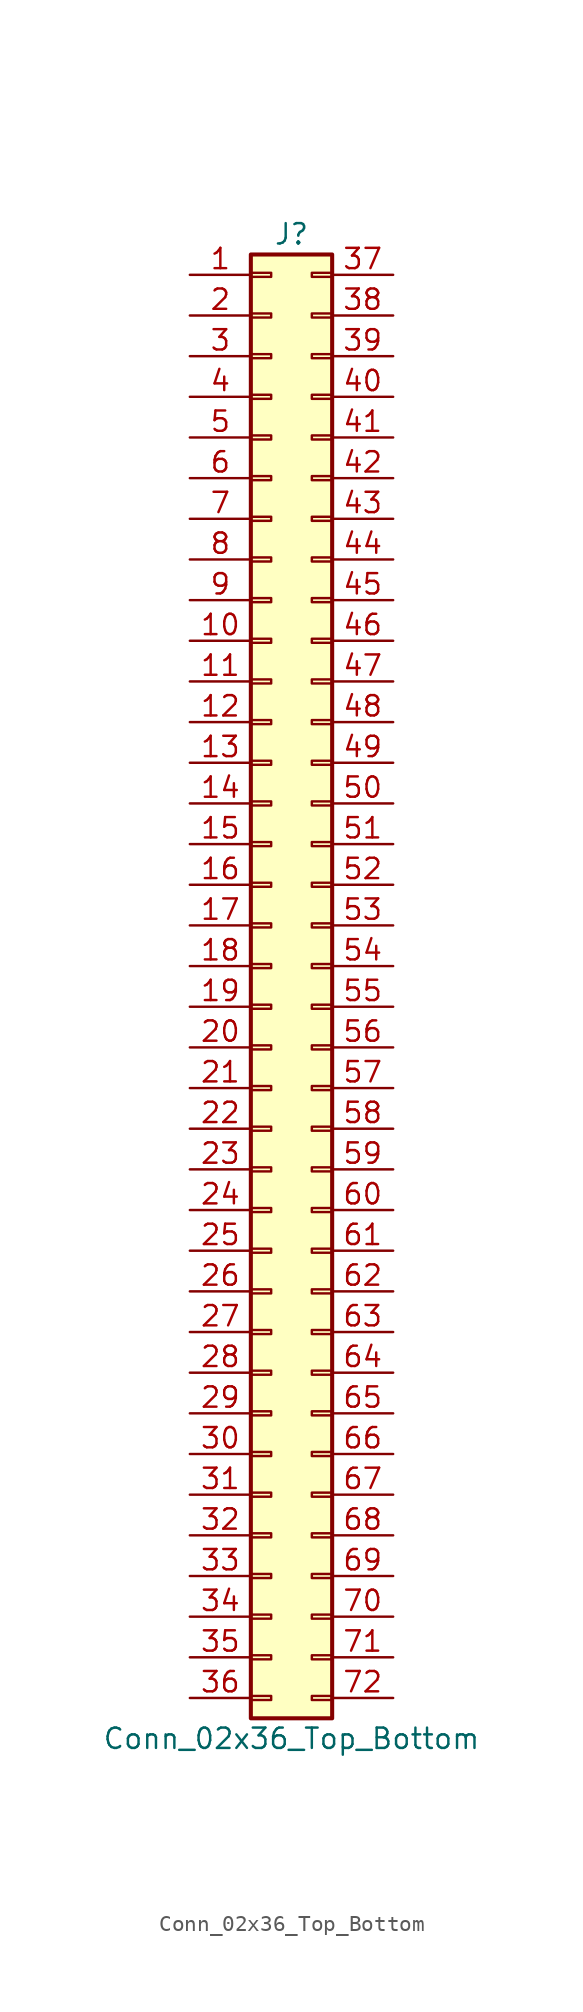
<source format=kicad_sym>
(kicad_symbol_lib
  (version 20211014)
  (generator kicad_symbol_editor)
  (symbol "Conn_02x36_Top_Bottom"
    (pin_names
      (offset 1.016) hide)
    (property "Reference" "J"
      (at 1.27 45.72 0)
      (effects (font (size 1.27 1.27))))
    (property "Value" "Conn_02x36_Top_Bottom"
      (at 1.27 -48.26 0)
      (effects (font (size 1.27 1.27))))
    (symbol "Conn_02x36_Top_Bottom_1_1"
      (rectangle (start -1.27 -45.593) (end 0 -45.847) (stroke (width 0.152) (type default) (color 0 0 0 0)) (fill (type none)))
      (rectangle (start -1.27 -43.053) (end 0 -43.307) (stroke (width 0.152) (type default) (color 0 0 0 0)) (fill (type none)))
      (rectangle (start -1.27 -40.513) (end 0 -40.767) (stroke (width 0.152) (type default) (color 0 0 0 0)) (fill (type none)))
      (rectangle (start -1.27 -37.973) (end 0 -38.227) (stroke (width 0.152) (type default) (color 0 0 0 0)) (fill (type none)))
      (rectangle (start -1.27 -35.433) (end 0 -35.687) (stroke (width 0.152) (type default) (color 0 0 0 0)) (fill (type none)))
      (rectangle (start -1.27 -32.893) (end 0 -33.147) (stroke (width 0.152) (type default) (color 0 0 0 0)) (fill (type none)))
      (rectangle (start -1.27 -30.353) (end 0 -30.607) (stroke (width 0.152) (type default) (color 0 0 0 0)) (fill (type none)))
      (rectangle (start -1.27 -27.813) (end 0 -28.067) (stroke (width 0.152) (type default) (color 0 0 0 0)) (fill (type none)))
      (rectangle (start -1.27 -25.273) (end 0 -25.527) (stroke (width 0.152) (type default) (color 0 0 0 0)) (fill (type none)))
      (rectangle (start -1.27 -22.733) (end 0 -22.987) (stroke (width 0.152) (type default) (color 0 0 0 0)) (fill (type none)))
      (rectangle (start -1.27 -20.193) (end 0 -20.447) (stroke (width 0.152) (type default) (color 0 0 0 0)) (fill (type none)))
      (rectangle (start -1.27 -17.653) (end 0 -17.907) (stroke (width 0.152) (type default) (color 0 0 0 0)) (fill (type none)))
      (rectangle (start -1.27 -15.113) (end 0 -15.367) (stroke (width 0.152) (type default) (color 0 0 0 0)) (fill (type none)))
      (rectangle (start -1.27 -12.573) (end 0 -12.827) (stroke (width 0.152) (type default) (color 0 0 0 0)) (fill (type none)))
      (rectangle (start -1.27 -10.033) (end 0 -10.287) (stroke (width 0.152) (type default) (color 0 0 0 0)) (fill (type none)))
      (rectangle (start -1.27 -7.493) (end 0 -7.747) (stroke (width 0.152) (type default) (color 0 0 0 0)) (fill (type none)))
      (rectangle (start -1.27 -4.953) (end 0 -5.207) (stroke (width 0.152) (type default) (color 0 0 0 0)) (fill (type none)))
      (rectangle (start -1.27 -2.413) (end 0 -2.667) (stroke (width 0.152) (type default) (color 0 0 0 0)) (fill (type none)))
      (rectangle (start -1.27 0.127) (end 0 -0.127) (stroke (width 0.152) (type default) (color 0 0 0 0)) (fill (type none)))
      (rectangle (start -1.27 2.667) (end 0 2.413) (stroke (width 0.152) (type default) (color 0 0 0 0)) (fill (type none)))
      (rectangle (start -1.27 5.207) (end 0 4.953) (stroke (width 0.152) (type default) (color 0 0 0 0)) (fill (type none)))
      (rectangle (start -1.27 7.747) (end 0 7.493) (stroke (width 0.152) (type default) (color 0 0 0 0)) (fill (type none)))
      (rectangle (start -1.27 10.287) (end 0 10.033) (stroke (width 0.152) (type default) (color 0 0 0 0)) (fill (type none)))
      (rectangle (start -1.27 12.827) (end 0 12.573) (stroke (width 0.152) (type default) (color 0 0 0 0)) (fill (type none)))
      (rectangle (start -1.27 15.367) (end 0 15.113) (stroke (width 0.152) (type default) (color 0 0 0 0)) (fill (type none)))
      (rectangle (start -1.27 17.907) (end 0 17.653) (stroke (width 0.152) (type default) (color 0 0 0 0)) (fill (type none)))
      (rectangle (start -1.27 20.447) (end 0 20.193) (stroke (width 0.152) (type default) (color 0 0 0 0)) (fill (type none)))
      (rectangle (start -1.27 22.987) (end 0 22.733) (stroke (width 0.152) (type default) (color 0 0 0 0)) (fill (type none)))
      (rectangle (start -1.27 25.527) (end 0 25.273) (stroke (width 0.152) (type default) (color 0 0 0 0)) (fill (type none)))
      (rectangle (start -1.27 28.067) (end 0 27.813) (stroke (width 0.152) (type default) (color 0 0 0 0)) (fill (type none)))
      (rectangle (start -1.27 30.607) (end 0 30.353) (stroke (width 0.152) (type default) (color 0 0 0 0)) (fill (type none)))
      (rectangle (start -1.27 33.147) (end 0 32.893) (stroke (width 0.152) (type default) (color 0 0 0 0)) (fill (type none)))
      (rectangle (start -1.27 35.687) (end 0 35.433) (stroke (width 0.152) (type default) (color 0 0 0 0)) (fill (type none)))
      (rectangle (start -1.27 38.227) (end 0 37.973) (stroke (width 0.152) (type default) (color 0 0 0 0)) (fill (type none)))
      (rectangle (start -1.27 40.767) (end 0 40.513) (stroke (width 0.152) (type default) (color 0 0 0 0)) (fill (type none)))
      (rectangle (start -1.27 43.307) (end 0 43.053) (stroke (width 0.152) (type default) (color 0 0 0 0)) (fill (type none)))
      (rectangle (start -1.27 44.45) (end 3.81 -46.99) (stroke (width 0.254) (type default) (color 0 0 0 0)) (fill (type background)))
      (rectangle (start 3.81 -45.593) (end 2.54 -45.847) (stroke (width 0.152) (type default) (color 0 0 0 0)) (fill (type none)))
      (rectangle (start 3.81 -43.053) (end 2.54 -43.307) (stroke (width 0.152) (type default) (color 0 0 0 0)) (fill (type none)))
      (rectangle (start 3.81 -40.513) (end 2.54 -40.767) (stroke (width 0.152) (type default) (color 0 0 0 0)) (fill (type none)))
      (rectangle (start 3.81 -37.973) (end 2.54 -38.227) (stroke (width 0.152) (type default) (color 0 0 0 0)) (fill (type none)))
      (rectangle (start 3.81 -35.433) (end 2.54 -35.687) (stroke (width 0.152) (type default) (color 0 0 0 0)) (fill (type none)))
      (rectangle (start 3.81 -32.893) (end 2.54 -33.147) (stroke (width 0.152) (type default) (color 0 0 0 0)) (fill (type none)))
      (rectangle (start 3.81 -30.353) (end 2.54 -30.607) (stroke (width 0.152) (type default) (color 0 0 0 0)) (fill (type none)))
      (rectangle (start 3.81 -27.813) (end 2.54 -28.067) (stroke (width 0.152) (type default) (color 0 0 0 0)) (fill (type none)))
      (rectangle (start 3.81 -25.273) (end 2.54 -25.527) (stroke (width 0.152) (type default) (color 0 0 0 0)) (fill (type none)))
      (rectangle (start 3.81 -22.733) (end 2.54 -22.987) (stroke (width 0.152) (type default) (color 0 0 0 0)) (fill (type none)))
      (rectangle (start 3.81 -20.193) (end 2.54 -20.447) (stroke (width 0.152) (type default) (color 0 0 0 0)) (fill (type none)))
      (rectangle (start 3.81 -17.653) (end 2.54 -17.907) (stroke (width 0.152) (type default) (color 0 0 0 0)) (fill (type none)))
      (rectangle (start 3.81 -15.113) (end 2.54 -15.367) (stroke (width 0.152) (type default) (color 0 0 0 0)) (fill (type none)))
      (rectangle (start 3.81 -12.573) (end 2.54 -12.827) (stroke (width 0.152) (type default) (color 0 0 0 0)) (fill (type none)))
      (rectangle (start 3.81 -10.033) (end 2.54 -10.287) (stroke (width 0.152) (type default) (color 0 0 0 0)) (fill (type none)))
      (rectangle (start 3.81 -7.493) (end 2.54 -7.747) (stroke (width 0.152) (type default) (color 0 0 0 0)) (fill (type none)))
      (rectangle (start 3.81 -4.953) (end 2.54 -5.207) (stroke (width 0.152) (type default) (color 0 0 0 0)) (fill (type none)))
      (rectangle (start 3.81 -2.413) (end 2.54 -2.667) (stroke (width 0.152) (type default) (color 0 0 0 0)) (fill (type none)))
      (rectangle (start 3.81 0.127) (end 2.54 -0.127) (stroke (width 0.152) (type default) (color 0 0 0 0)) (fill (type none)))
      (rectangle (start 3.81 2.667) (end 2.54 2.413) (stroke (width 0.152) (type default) (color 0 0 0 0)) (fill (type none)))
      (rectangle (start 3.81 5.207) (end 2.54 4.953) (stroke (width 0.152) (type default) (color 0 0 0 0)) (fill (type none)))
      (rectangle (start 3.81 7.747) (end 2.54 7.493) (stroke (width 0.152) (type default) (color 0 0 0 0)) (fill (type none)))
      (rectangle (start 3.81 10.287) (end 2.54 10.033) (stroke (width 0.152) (type default) (color 0 0 0 0)) (fill (type none)))
      (rectangle (start 3.81 12.827) (end 2.54 12.573) (stroke (width 0.152) (type default) (color 0 0 0 0)) (fill (type none)))
      (rectangle (start 3.81 15.367) (end 2.54 15.113) (stroke (width 0.152) (type default) (color 0 0 0 0)) (fill (type none)))
      (rectangle (start 3.81 17.907) (end 2.54 17.653) (stroke (width 0.152) (type default) (color 0 0 0 0)) (fill (type none)))
      (rectangle (start 3.81 20.447) (end 2.54 20.193) (stroke (width 0.152) (type default) (color 0 0 0 0)) (fill (type none)))
      (rectangle (start 3.81 22.987) (end 2.54 22.733) (stroke (width 0.152) (type default) (color 0 0 0 0)) (fill (type none)))
      (rectangle (start 3.81 25.527) (end 2.54 25.273) (stroke (width 0.152) (type default) (color 0 0 0 0)) (fill (type none)))
      (rectangle (start 3.81 28.067) (end 2.54 27.813) (stroke (width 0.152) (type default) (color 0 0 0 0)) (fill (type none)))
      (rectangle (start 3.81 30.607) (end 2.54 30.353) (stroke (width 0.152) (type default) (color 0 0 0 0)) (fill (type none)))
      (rectangle (start 3.81 33.147) (end 2.54 32.893) (stroke (width 0.152) (type default) (color 0 0 0 0)) (fill (type none)))
      (rectangle (start 3.81 35.687) (end 2.54 35.433) (stroke (width 0.152) (type default) (color 0 0 0 0)) (fill (type none)))
      (rectangle (start 3.81 38.227) (end 2.54 37.973) (stroke (width 0.152) (type default) (color 0 0 0 0)) (fill (type none)))
      (rectangle (start 3.81 40.767) (end 2.54 40.513) (stroke (width 0.152) (type default) (color 0 0 0 0)) (fill (type none)))
      (rectangle (start 3.81 43.307) (end 2.54 43.053) (stroke (width 0.152) (type default) (color 0 0 0 0)) (fill (type none)))
      (pin passive line (at -5.08 43.18 0) (length 3.81) (name "Pin_1" (effects (font (size 1.27 1.27)))) (number "1" (effects (font (size 1.27 1.27)))))
      (pin passive line (at -5.08 20.32 0) (length 3.81) (name "Pin_10" (effects (font (size 1.27 1.27)))) (number "10" (effects (font (size 1.27 1.27)))))
      (pin passive line (at -5.08 17.78 0) (length 3.81) (name "Pin_11" (effects (font (size 1.27 1.27)))) (number "11" (effects (font (size 1.27 1.27)))))
      (pin passive line (at -5.08 15.24 0) (length 3.81) (name "Pin_12" (effects (font (size 1.27 1.27)))) (number "12" (effects (font (size 1.27 1.27)))))
      (pin passive line (at -5.08 12.7 0) (length 3.81) (name "Pin_13" (effects (font (size 1.27 1.27)))) (number "13" (effects (font (size 1.27 1.27)))))
      (pin passive line (at -5.08 10.16 0) (length 3.81) (name "Pin_14" (effects (font (size 1.27 1.27)))) (number "14" (effects (font (size 1.27 1.27)))))
      (pin passive line (at -5.08 7.62 0) (length 3.81) (name "Pin_15" (effects (font (size 1.27 1.27)))) (number "15" (effects (font (size 1.27 1.27)))))
      (pin passive line (at -5.08 5.08 0) (length 3.81) (name "Pin_16" (effects (font (size 1.27 1.27)))) (number "16" (effects (font (size 1.27 1.27)))))
      (pin passive line (at -5.08 2.54 0) (length 3.81) (name "Pin_17" (effects (font (size 1.27 1.27)))) (number "17" (effects (font (size 1.27 1.27)))))
      (pin passive line (at -5.08 0 0) (length 3.81) (name "Pin_18" (effects (font (size 1.27 1.27)))) (number "18" (effects (font (size 1.27 1.27)))))
      (pin passive line (at -5.08 -2.54 0) (length 3.81) (name "Pin_19" (effects (font (size 1.27 1.27)))) (number "19" (effects (font (size 1.27 1.27)))))
      (pin passive line (at -5.08 40.64 0) (length 3.81) (name "Pin_2" (effects (font (size 1.27 1.27)))) (number "2" (effects (font (size 1.27 1.27)))))
      (pin passive line (at -5.08 -5.08 0) (length 3.81) (name "Pin_20" (effects (font (size 1.27 1.27)))) (number "20" (effects (font (size 1.27 1.27)))))
      (pin passive line (at -5.08 -7.62 0) (length 3.81) (name "Pin_21" (effects (font (size 1.27 1.27)))) (number "21" (effects (font (size 1.27 1.27)))))
      (pin passive line (at -5.08 -10.16 0) (length 3.81) (name "Pin_22" (effects (font (size 1.27 1.27)))) (number "22" (effects (font (size 1.27 1.27)))))
      (pin passive line (at -5.08 -12.7 0) (length 3.81) (name "Pin_23" (effects (font (size 1.27 1.27)))) (number "23" (effects (font (size 1.27 1.27)))))
      (pin passive line (at -5.08 -15.24 0) (length 3.81) (name "Pin_24" (effects (font (size 1.27 1.27)))) (number "24" (effects (font (size 1.27 1.27)))))
      (pin passive line (at -5.08 -17.78 0) (length 3.81) (name "Pin_25" (effects (font (size 1.27 1.27)))) (number "25" (effects (font (size 1.27 1.27)))))
      (pin passive line (at -5.08 -20.32 0) (length 3.81) (name "Pin_26" (effects (font (size 1.27 1.27)))) (number "26" (effects (font (size 1.27 1.27)))))
      (pin passive line (at -5.08 -22.86 0) (length 3.81) (name "Pin_27" (effects (font (size 1.27 1.27)))) (number "27" (effects (font (size 1.27 1.27)))))
      (pin passive line (at -5.08 -25.4 0) (length 3.81) (name "Pin_28" (effects (font (size 1.27 1.27)))) (number "28" (effects (font (size 1.27 1.27)))))
      (pin passive line (at -5.08 -27.94 0) (length 3.81) (name "Pin_29" (effects (font (size 1.27 1.27)))) (number "29" (effects (font (size 1.27 1.27)))))
      (pin passive line (at -5.08 38.1 0) (length 3.81) (name "Pin_3" (effects (font (size 1.27 1.27)))) (number "3" (effects (font (size 1.27 1.27)))))
      (pin passive line (at -5.08 -30.48 0) (length 3.81) (name "Pin_30" (effects (font (size 1.27 1.27)))) (number "30" (effects (font (size 1.27 1.27)))))
      (pin passive line (at -5.08 -33.02 0) (length 3.81) (name "Pin_31" (effects (font (size 1.27 1.27)))) (number "31" (effects (font (size 1.27 1.27)))))
      (pin passive line (at -5.08 -35.56 0) (length 3.81) (name "Pin_32" (effects (font (size 1.27 1.27)))) (number "32" (effects (font (size 1.27 1.27)))))
      (pin passive line (at -5.08 -38.1 0) (length 3.81) (name "Pin_33" (effects (font (size 1.27 1.27)))) (number "33" (effects (font (size 1.27 1.27)))))
      (pin passive line (at -5.08 -40.64 0) (length 3.81) (name "Pin_34" (effects (font (size 1.27 1.27)))) (number "34" (effects (font (size 1.27 1.27)))))
      (pin passive line (at -5.08 -43.18 0) (length 3.81) (name "Pin_35" (effects (font (size 1.27 1.27)))) (number "35" (effects (font (size 1.27 1.27)))))
      (pin passive line (at -5.08 -45.72 0) (length 3.81) (name "Pin_36" (effects (font (size 1.27 1.27)))) (number "36" (effects (font (size 1.27 1.27)))))
      (pin passive line (at 7.62 43.18 180) (length 3.81) (name "Pin_37" (effects (font (size 1.27 1.27)))) (number "37" (effects (font (size 1.27 1.27)))))
      (pin passive line (at 7.62 40.64 180) (length 3.81) (name "Pin_38" (effects (font (size 1.27 1.27)))) (number "38" (effects (font (size 1.27 1.27)))))
      (pin passive line (at 7.62 38.1 180) (length 3.81) (name "Pin_39" (effects (font (size 1.27 1.27)))) (number "39" (effects (font (size 1.27 1.27)))))
      (pin passive line (at -5.08 35.56 0) (length 3.81) (name "Pin_4" (effects (font (size 1.27 1.27)))) (number "4" (effects (font (size 1.27 1.27)))))
      (pin passive line (at 7.62 35.56 180) (length 3.81) (name "Pin_40" (effects (font (size 1.27 1.27)))) (number "40" (effects (font (size 1.27 1.27)))))
      (pin passive line (at 7.62 33.02 180) (length 3.81) (name "Pin_41" (effects (font (size 1.27 1.27)))) (number "41" (effects (font (size 1.27 1.27)))))
      (pin passive line (at 7.62 30.48 180) (length 3.81) (name "Pin_42" (effects (font (size 1.27 1.27)))) (number "42" (effects (font (size 1.27 1.27)))))
      (pin passive line (at 7.62 27.94 180) (length 3.81) (name "Pin_43" (effects (font (size 1.27 1.27)))) (number "43" (effects (font (size 1.27 1.27)))))
      (pin passive line (at 7.62 25.4 180) (length 3.81) (name "Pin_44" (effects (font (size 1.27 1.27)))) (number "44" (effects (font (size 1.27 1.27)))))
      (pin passive line (at 7.62 22.86 180) (length 3.81) (name "Pin_45" (effects (font (size 1.27 1.27)))) (number "45" (effects (font (size 1.27 1.27)))))
      (pin passive line (at 7.62 20.32 180) (length 3.81) (name "Pin_46" (effects (font (size 1.27 1.27)))) (number "46" (effects (font (size 1.27 1.27)))))
      (pin passive line (at 7.62 17.78 180) (length 3.81) (name "Pin_47" (effects (font (size 1.27 1.27)))) (number "47" (effects (font (size 1.27 1.27)))))
      (pin passive line (at 7.62 15.24 180) (length 3.81) (name "Pin_48" (effects (font (size 1.27 1.27)))) (number "48" (effects (font (size 1.27 1.27)))))
      (pin passive line (at 7.62 12.7 180) (length 3.81) (name "Pin_49" (effects (font (size 1.27 1.27)))) (number "49" (effects (font (size 1.27 1.27)))))
      (pin passive line (at -5.08 33.02 0) (length 3.81) (name "Pin_5" (effects (font (size 1.27 1.27)))) (number "5" (effects (font (size 1.27 1.27)))))
      (pin passive line (at 7.62 10.16 180) (length 3.81) (name "Pin_50" (effects (font (size 1.27 1.27)))) (number "50" (effects (font (size 1.27 1.27)))))
      (pin passive line (at 7.62 7.62 180) (length 3.81) (name "Pin_51" (effects (font (size 1.27 1.27)))) (number "51" (effects (font (size 1.27 1.27)))))
      (pin passive line (at 7.62 5.08 180) (length 3.81) (name "Pin_52" (effects (font (size 1.27 1.27)))) (number "52" (effects (font (size 1.27 1.27)))))
      (pin passive line (at 7.62 2.54 180) (length 3.81) (name "Pin_53" (effects (font (size 1.27 1.27)))) (number "53" (effects (font (size 1.27 1.27)))))
      (pin passive line (at 7.62 0 180) (length 3.81) (name "Pin_54" (effects (font (size 1.27 1.27)))) (number "54" (effects (font (size 1.27 1.27)))))
      (pin passive line (at 7.62 -2.54 180) (length 3.81) (name "Pin_55" (effects (font (size 1.27 1.27)))) (number "55" (effects (font (size 1.27 1.27)))))
      (pin passive line (at 7.62 -5.08 180) (length 3.81) (name "Pin_56" (effects (font (size 1.27 1.27)))) (number "56" (effects (font (size 1.27 1.27)))))
      (pin passive line (at 7.62 -7.62 180) (length 3.81) (name "Pin_57" (effects (font (size 1.27 1.27)))) (number "57" (effects (font (size 1.27 1.27)))))
      (pin passive line (at 7.62 -10.16 180) (length 3.81) (name "Pin_58" (effects (font (size 1.27 1.27)))) (number "58" (effects (font (size 1.27 1.27)))))
      (pin passive line (at 7.62 -12.7 180) (length 3.81) (name "Pin_59" (effects (font (size 1.27 1.27)))) (number "59" (effects (font (size 1.27 1.27)))))
      (pin passive line (at -5.08 30.48 0) (length 3.81) (name "Pin_6" (effects (font (size 1.27 1.27)))) (number "6" (effects (font (size 1.27 1.27)))))
      (pin passive line (at 7.62 -15.24 180) (length 3.81) (name "Pin_60" (effects (font (size 1.27 1.27)))) (number "60" (effects (font (size 1.27 1.27)))))
      (pin passive line (at 7.62 -17.78 180) (length 3.81) (name "Pin_61" (effects (font (size 1.27 1.27)))) (number "61" (effects (font (size 1.27 1.27)))))
      (pin passive line (at 7.62 -20.32 180) (length 3.81) (name "Pin_62" (effects (font (size 1.27 1.27)))) (number "62" (effects (font (size 1.27 1.27)))))
      (pin passive line (at 7.62 -22.86 180) (length 3.81) (name "Pin_63" (effects (font (size 1.27 1.27)))) (number "63" (effects (font (size 1.27 1.27)))))
      (pin passive line (at 7.62 -25.4 180) (length 3.81) (name "Pin_64" (effects (font (size 1.27 1.27)))) (number "64" (effects (font (size 1.27 1.27)))))
      (pin passive line (at 7.62 -27.94 180) (length 3.81) (name "Pin_65" (effects (font (size 1.27 1.27)))) (number "65" (effects (font (size 1.27 1.27)))))
      (pin passive line (at 7.62 -30.48 180) (length 3.81) (name "Pin_66" (effects (font (size 1.27 1.27)))) (number "66" (effects (font (size 1.27 1.27)))))
      (pin passive line (at 7.62 -33.02 180) (length 3.81) (name "Pin_67" (effects (font (size 1.27 1.27)))) (number "67" (effects (font (size 1.27 1.27)))))
      (pin passive line (at 7.62 -35.56 180) (length 3.81) (name "Pin_68" (effects (font (size 1.27 1.27)))) (number "68" (effects (font (size 1.27 1.27)))))
      (pin passive line (at 7.62 -38.1 180) (length 3.81) (name "Pin_69" (effects (font (size 1.27 1.27)))) (number "69" (effects (font (size 1.27 1.27)))))
      (pin passive line (at -5.08 27.94 0) (length 3.81) (name "Pin_7" (effects (font (size 1.27 1.27)))) (number "7" (effects (font (size 1.27 1.27)))))
      (pin passive line (at 7.62 -40.64 180) (length 3.81) (name "Pin_70" (effects (font (size 1.27 1.27)))) (number "70" (effects (font (size 1.27 1.27)))))
      (pin passive line (at 7.62 -43.18 180) (length 3.81) (name "Pin_71" (effects (font (size 1.27 1.27)))) (number "71" (effects (font (size 1.27 1.27)))))
      (pin passive line (at 7.62 -45.72 180) (length 3.81) (name "Pin_72" (effects (font (size 1.27 1.27)))) (number "72" (effects (font (size 1.27 1.27)))))
      (pin passive line (at -5.08 25.4 0) (length 3.81) (name "Pin_8" (effects (font (size 1.27 1.27)))) (number "8" (effects (font (size 1.27 1.27)))))
      (pin passive line (at -5.08 22.86 0) (length 3.81) (name "Pin_9" (effects (font (size 1.27 1.27)))) (number "9" (effects (font (size 1.27 1.27))))))))
</source>
